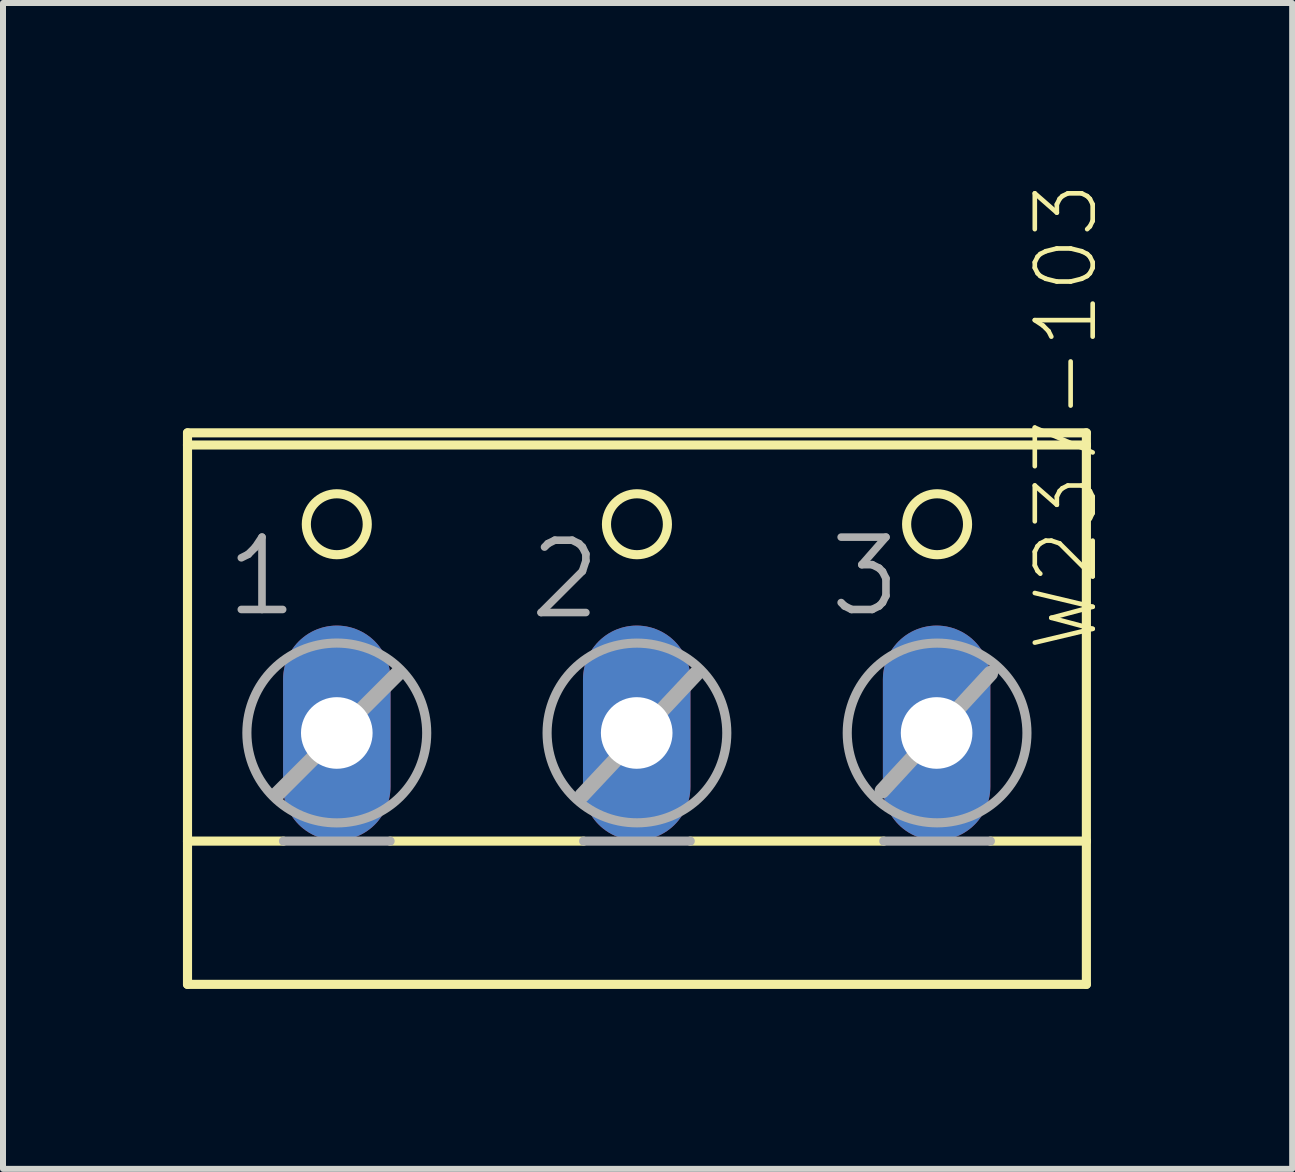
<source format=kicad_pcb>
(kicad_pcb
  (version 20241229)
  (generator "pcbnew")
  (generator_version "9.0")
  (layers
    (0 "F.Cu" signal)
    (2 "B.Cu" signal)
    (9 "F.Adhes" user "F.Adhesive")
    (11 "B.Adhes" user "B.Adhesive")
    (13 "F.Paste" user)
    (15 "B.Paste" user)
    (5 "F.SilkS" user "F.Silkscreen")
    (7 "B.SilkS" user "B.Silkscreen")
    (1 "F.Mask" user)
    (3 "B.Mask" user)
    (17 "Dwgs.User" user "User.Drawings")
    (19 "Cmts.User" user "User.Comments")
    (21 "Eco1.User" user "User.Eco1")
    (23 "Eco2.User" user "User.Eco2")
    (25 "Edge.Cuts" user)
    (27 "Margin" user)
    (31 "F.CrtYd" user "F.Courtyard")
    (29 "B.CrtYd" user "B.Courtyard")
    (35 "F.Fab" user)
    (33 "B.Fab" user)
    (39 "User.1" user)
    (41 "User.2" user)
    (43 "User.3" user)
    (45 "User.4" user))
  (footprint "W237-103"
    (layer "F.Cu")
    (at 7.565 7.88)
    (property "Reference" "W237-103" (at 7.724 -0.028 270) (layer "F.SilkS") (effects (font (size 0.965 0.965) (thickness 0.077)) (justify left bottom)))
    (attr through_hole)
    (fp_line (start -7.489 -3.511) (end -7.489 -3.714) (stroke (width 0.152) (type solid)) (layer "F.SilkS"))
    (fp_line (start -7.489 3.093) (end -7.489 -3.511) (stroke (width 0.152) (type solid)) (layer "F.SilkS"))
    (fp_line (start -7.489 3.093) (end -5.889 3.093) (stroke (width 0.152) (type solid)) (layer "F.SilkS"))
    (fp_line (start -7.489 5.481) (end -7.489 3.093) (stroke (width 0.152) (type solid)) (layer "F.SilkS"))
    (fp_line (start -7.489 5.481) (end 7.497 5.481) (stroke (width 0.152) (type solid)) (layer "F.SilkS"))
    (fp_line (start -4.111 3.093) (end -0.885 3.093) (stroke (width 0.152) (type solid)) (layer "F.SilkS"))
    (fp_line (start 0.893 3.093) (end 4.119 3.093) (stroke (width 0.152) (type solid)) (layer "F.SilkS"))
    (fp_line (start 5.897 3.093) (end 7.497 3.093) (stroke (width 0.152) (type solid)) (layer "F.SilkS"))
    (fp_line (start 7.497 -3.714) (end -7.489 -3.714) (stroke (width 0.152) (type solid)) (layer "F.SilkS"))
    (fp_line (start 7.497 -3.714) (end 7.497 -3.511) (stroke (width 0.152) (type solid)) (layer "F.SilkS"))
    (fp_line (start 7.497 -3.511) (end -7.489 -3.511) (stroke (width 0.152) (type solid)) (layer "F.SilkS"))
    (fp_line (start 7.497 -3.511) (end 7.497 3.093) (stroke (width 0.152) (type solid)) (layer "F.SilkS"))
    (fp_line (start 7.497 3.093) (end 7.497 5.481) (stroke (width 0.152) (type solid)) (layer "F.SilkS"))
    (fp_circle (center -5 -2.19) (end -4.492 -2.19) (stroke (width 0.152) (type solid)) (fill no) (layer "F.SilkS"))
    (fp_circle (center 0.004 -2.19) (end 0.512 -2.19) (stroke (width 0.152) (type solid)) (fill no) (layer "F.SilkS"))
    (fp_circle (center 5.008 -2.19) (end 5.516 -2.19) (stroke (width 0.152) (type solid)) (fill no) (layer "F.SilkS"))
    (fp_line (start -5.991 2.306) (end -3.984 0.299) (stroke (width 0.254) (type solid)) (layer "F.Fab"))
    (fp_line (start -5.889 3.093) (end -4.111 3.093) (stroke (width 0.152) (type solid)) (layer "F.Fab"))
    (fp_line (start -0.911 2.331) (end 0.994 0.299) (stroke (width 0.254) (type solid)) (layer "F.Fab"))
    (fp_line (start -0.885 3.093) (end 0.893 3.093) (stroke (width 0.152) (type solid)) (layer "F.Fab"))
    (fp_line (start 4.093 2.255) (end 5.897 0.299) (stroke (width 0.254) (type solid)) (layer "F.Fab"))
    (fp_line (start 4.119 3.093) (end 5.897 3.093) (stroke (width 0.152) (type solid)) (layer "F.Fab"))
    (fp_circle (center -5 1.29) (end -3.501 1.29) (stroke (width 0.152) (type solid)) (fill no) (layer "F.Fab"))
    (fp_circle (center 0.004 1.29) (end 1.502 1.29) (stroke (width 0.152) (type solid)) (fill no) (layer "F.Fab"))
    (fp_circle (center 5.008 1.29) (end 6.506 1.29) (stroke (width 0.152) (type solid)) (fill no) (layer "F.Fab"))
    (fp_text user "3" (at 3.153 -0.615 0) (layer "F.Fab") (effects (font (size 1.206 1.206) (thickness 0.127)) (justify left bottom)))
    (fp_text user "1" (at -6.905 -0.615 0) (layer "F.Fab") (effects (font (size 1.206 1.206) (thickness 0.127)) (justify left bottom)))
    (fp_text user "2" (at -1.85 -0.564 0) (layer "F.Fab") (effects (font (size 1.206 1.206) (thickness 0.127)) (justify left bottom)))
    (pad "1" thru_hole oval (at -5 1.29 90) (size 3.581 1.791) (drill 1.194) (layers "*.Cu" "*.Mask"))
    (pad "2" thru_hole oval (at 0 1.29 90) (size 3.581 1.791) (drill 1.194) (layers "*.Cu" "*.Mask"))
    (pad "3" thru_hole oval (at 5 1.29 90) (size 3.581 1.791) (drill 1.194) (layers "*.Cu" "*.Mask")))
  (gr_rect
    (start -3 -3)
    (end 18.493 16.437)
    (stroke (width 0.1) (type default))
    (fill no)
    (layer "Edge.Cuts")))
</source>
